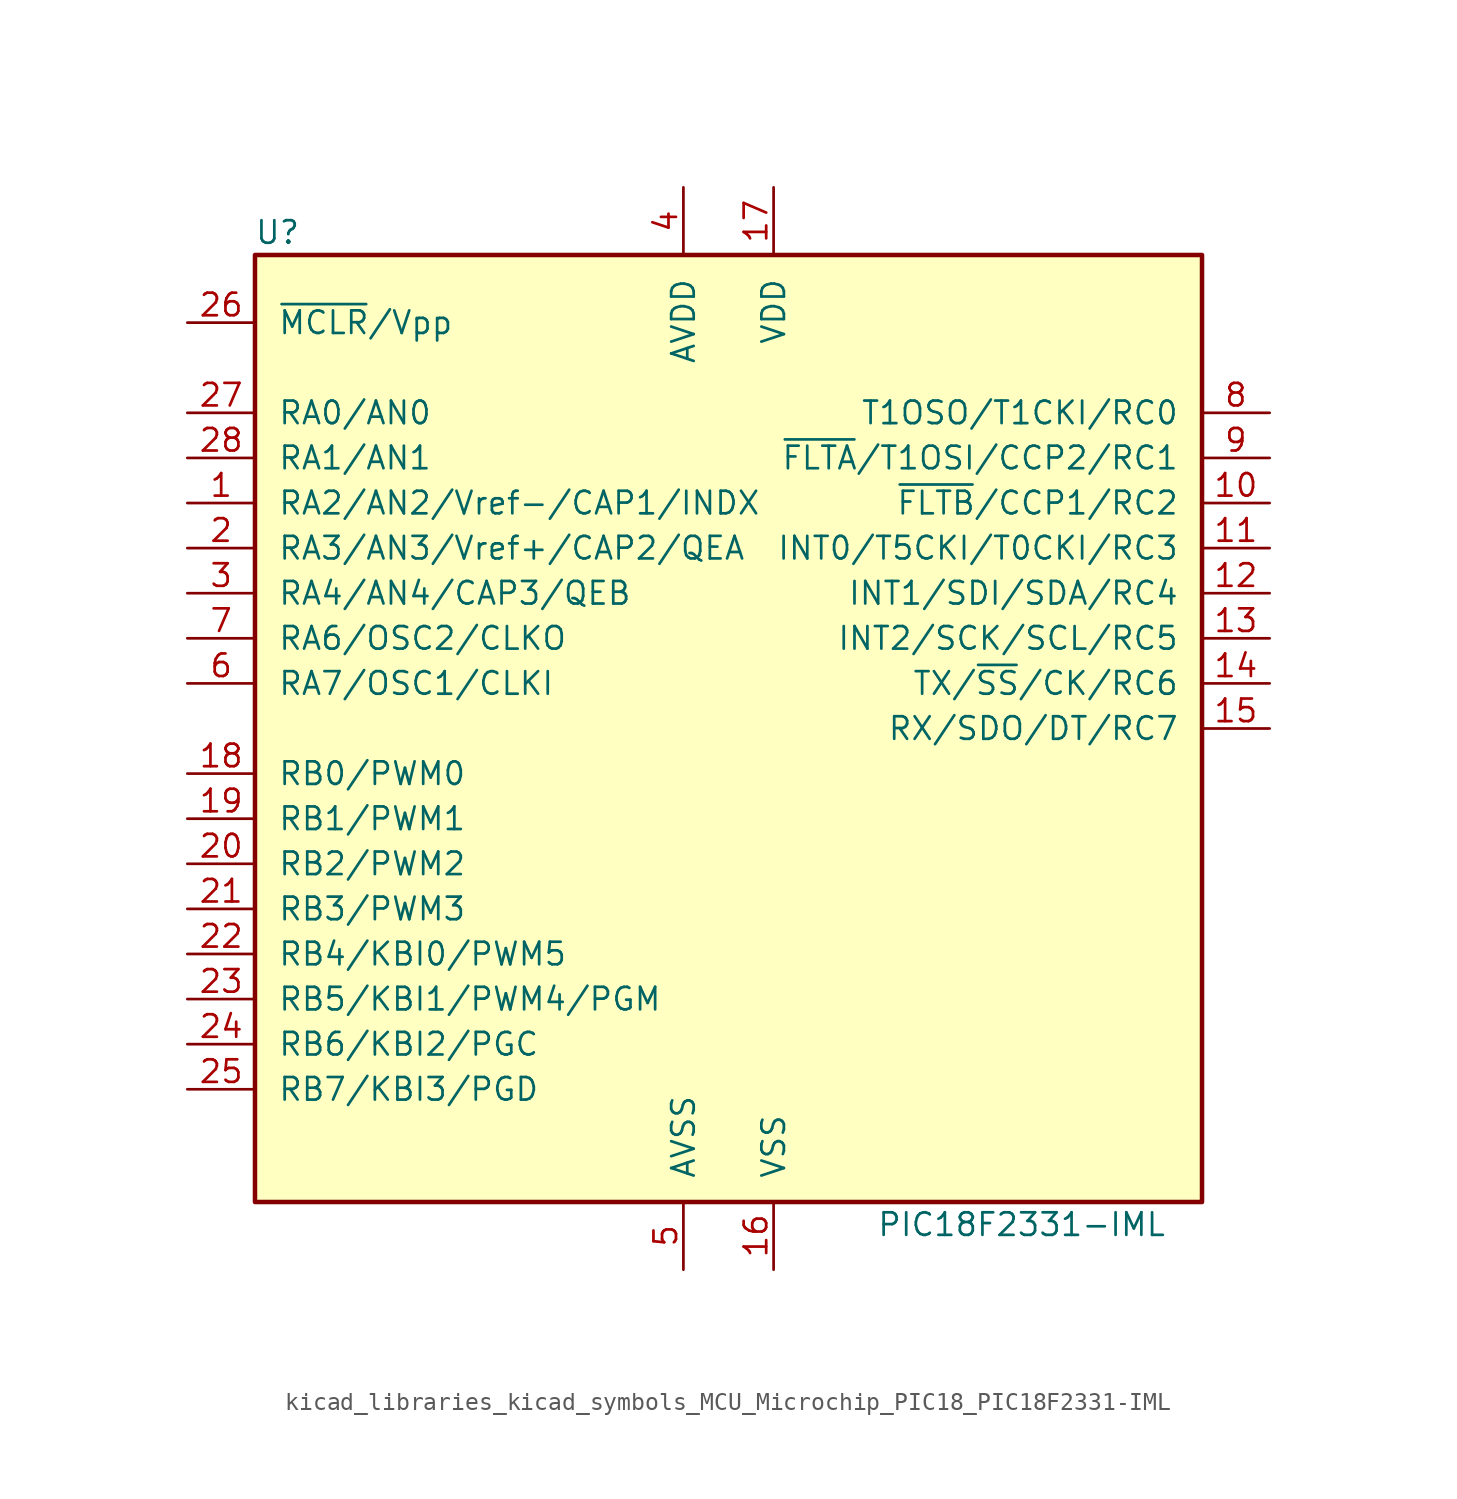
<source format=kicad_sym>
(kicad_symbol_lib
  (version 20220914)
  (generator kicad_symbol_editor)
  (symbol "kicad_libraries_kicad_symbols_MCU_Microchip_PIC18_PIC18F2331-IML"
    (pin_names
      (offset 1.27))
    (property "Reference" "U"
      (at -25.4 27.94 0)
      (effects (font (size 1.27 1.27))))
    (property "Value" "PIC18F2331-IML"
      (at 16.51 -27.94 0)
      (effects (font (size 1.27 1.27))))
    (symbol "kicad_libraries_kicad_symbols_MCU_Microchip_PIC18_PIC18F2331-IML_0_1"
      (rectangle (start -26.67 26.67) (end 26.67 -26.67) (stroke (width 0.254) (type default)) (fill (type background))))
    (symbol "kicad_libraries_kicad_symbols_MCU_Microchip_PIC18_PIC18F2331-IML_1_1"
      (pin bidirectional line (at -30.48 12.7 0) (length 3.81) (name "RA2/AN2/Vref-/CAP1/INDX" (effects (font (size 1.27 1.27)))) (number "1" (effects (font (size 1.27 1.27)))))
      (pin bidirectional line (at 30.48 12.7 180) (length 3.81) (name "~{FLTB}/CCP1/RC2" (effects (font (size 1.27 1.27)))) (number "10" (effects (font (size 1.27 1.27)))))
      (pin bidirectional line (at 30.48 10.16 180) (length 3.81) (name "INT0/T5CKI/T0CKI/RC3" (effects (font (size 1.27 1.27)))) (number "11" (effects (font (size 1.27 1.27)))))
      (pin bidirectional line (at 30.48 7.62 180) (length 3.81) (name "INT1/SDI/SDA/RC4" (effects (font (size 1.27 1.27)))) (number "12" (effects (font (size 1.27 1.27)))))
      (pin bidirectional line (at 30.48 5.08 180) (length 3.81) (name "INT2/SCK/SCL/RC5" (effects (font (size 1.27 1.27)))) (number "13" (effects (font (size 1.27 1.27)))))
      (pin bidirectional line (at 30.48 2.54 180) (length 3.81) (name "TX/~{SS}/CK/RC6" (effects (font (size 1.27 1.27)))) (number "14" (effects (font (size 1.27 1.27)))))
      (pin bidirectional line (at 30.48 0 180) (length 3.81) (name "RX/SDO/DT/RC7" (effects (font (size 1.27 1.27)))) (number "15" (effects (font (size 1.27 1.27)))))
      (pin power_in line (at 2.54 -30.48 90) (length 3.81) (name "VSS" (effects (font (size 1.27 1.27)))) (number "16" (effects (font (size 1.27 1.27)))))
      (pin power_in line (at 2.54 30.48 270) (length 3.81) (name "VDD" (effects (font (size 1.27 1.27)))) (number "17" (effects (font (size 1.27 1.27)))))
      (pin bidirectional line (at -30.48 -2.54 0) (length 3.81) (name "RB0/PWM0" (effects (font (size 1.27 1.27)))) (number "18" (effects (font (size 1.27 1.27)))))
      (pin bidirectional line (at -30.48 -5.08 0) (length 3.81) (name "RB1/PWM1" (effects (font (size 1.27 1.27)))) (number "19" (effects (font (size 1.27 1.27)))))
      (pin bidirectional line (at -30.48 10.16 0) (length 3.81) (name "RA3/AN3/Vref+/CAP2/QEA" (effects (font (size 1.27 1.27)))) (number "2" (effects (font (size 1.27 1.27)))))
      (pin bidirectional line (at -30.48 -7.62 0) (length 3.81) (name "RB2/PWM2" (effects (font (size 1.27 1.27)))) (number "20" (effects (font (size 1.27 1.27)))))
      (pin bidirectional line (at -30.48 -10.16 0) (length 3.81) (name "RB3/PWM3" (effects (font (size 1.27 1.27)))) (number "21" (effects (font (size 1.27 1.27)))))
      (pin bidirectional line (at -30.48 -12.7 0) (length 3.81) (name "RB4/KBI0/PWM5" (effects (font (size 1.27 1.27)))) (number "22" (effects (font (size 1.27 1.27)))))
      (pin bidirectional line (at -30.48 -15.24 0) (length 3.81) (name "RB5/KBI1/PWM4/PGM" (effects (font (size 1.27 1.27)))) (number "23" (effects (font (size 1.27 1.27)))))
      (pin bidirectional line (at -30.48 -17.78 0) (length 3.81) (name "RB6/KBI2/PGC" (effects (font (size 1.27 1.27)))) (number "24" (effects (font (size 1.27 1.27)))))
      (pin bidirectional line (at -30.48 -20.32 0) (length 3.81) (name "RB7/KBI3/PGD" (effects (font (size 1.27 1.27)))) (number "25" (effects (font (size 1.27 1.27)))))
      (pin input line (at -30.48 22.86 0) (length 3.81) (name "~{MCLR}/Vpp" (effects (font (size 1.27 1.27)))) (number "26" (effects (font (size 1.27 1.27)))))
      (pin bidirectional line (at -30.48 17.78 0) (length 3.81) (name "RA0/AN0" (effects (font (size 1.27 1.27)))) (number "27" (effects (font (size 1.27 1.27)))))
      (pin bidirectional line (at -30.48 15.24 0) (length 3.81) (name "RA1/AN1" (effects (font (size 1.27 1.27)))) (number "28" (effects (font (size 1.27 1.27)))))
      (pin bidirectional line (at -30.48 7.62 0) (length 3.81) (name "RA4/AN4/CAP3/QEB" (effects (font (size 1.27 1.27)))) (number "3" (effects (font (size 1.27 1.27)))))
      (pin power_in line (at -2.54 30.48 270) (length 3.81) (name "AVDD" (effects (font (size 1.27 1.27)))) (number "4" (effects (font (size 1.27 1.27)))))
      (pin power_in line (at -2.54 -30.48 90) (length 3.81) (name "AVSS" (effects (font (size 1.27 1.27)))) (number "5" (effects (font (size 1.27 1.27)))))
      (pin bidirectional line (at -30.48 2.54 0) (length 3.81) (name "RA7/OSC1/CLKI" (effects (font (size 1.27 1.27)))) (number "6" (effects (font (size 1.27 1.27)))))
      (pin bidirectional line (at -30.48 5.08 0) (length 3.81) (name "RA6/OSC2/CLKO" (effects (font (size 1.27 1.27)))) (number "7" (effects (font (size 1.27 1.27)))))
      (pin bidirectional line (at 30.48 17.78 180) (length 3.81) (name "T1OSO/T1CKI/RC0" (effects (font (size 1.27 1.27)))) (number "8" (effects (font (size 1.27 1.27)))))
      (pin bidirectional line (at 30.48 15.24 180) (length 3.81) (name "~{FLTA}/T1OSI/CCP2/RC1" (effects (font (size 1.27 1.27)))) (number "9" (effects (font (size 1.27 1.27))))))))
</source>
